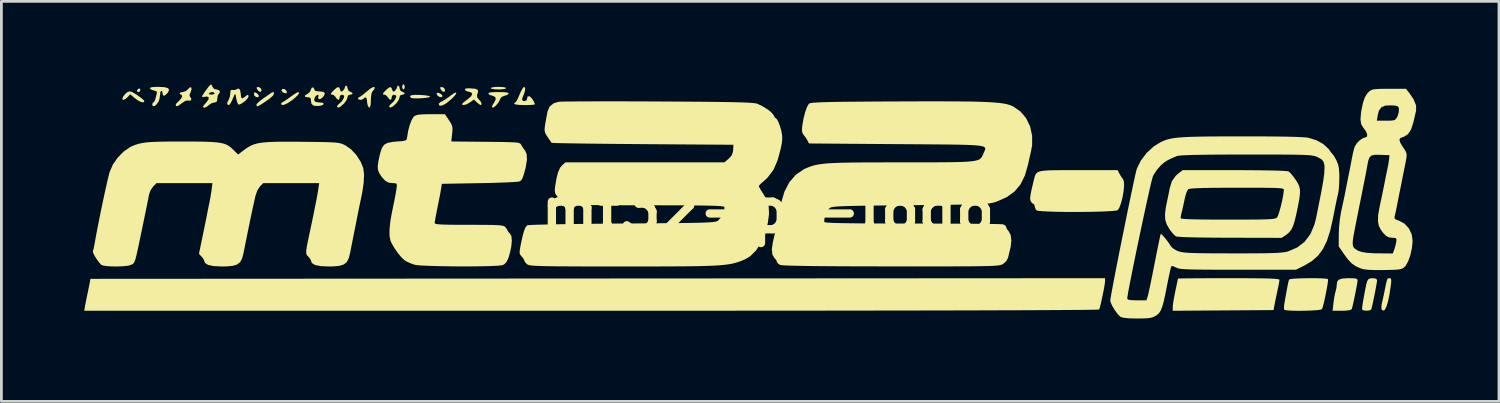
<source format=kicad_pcb>
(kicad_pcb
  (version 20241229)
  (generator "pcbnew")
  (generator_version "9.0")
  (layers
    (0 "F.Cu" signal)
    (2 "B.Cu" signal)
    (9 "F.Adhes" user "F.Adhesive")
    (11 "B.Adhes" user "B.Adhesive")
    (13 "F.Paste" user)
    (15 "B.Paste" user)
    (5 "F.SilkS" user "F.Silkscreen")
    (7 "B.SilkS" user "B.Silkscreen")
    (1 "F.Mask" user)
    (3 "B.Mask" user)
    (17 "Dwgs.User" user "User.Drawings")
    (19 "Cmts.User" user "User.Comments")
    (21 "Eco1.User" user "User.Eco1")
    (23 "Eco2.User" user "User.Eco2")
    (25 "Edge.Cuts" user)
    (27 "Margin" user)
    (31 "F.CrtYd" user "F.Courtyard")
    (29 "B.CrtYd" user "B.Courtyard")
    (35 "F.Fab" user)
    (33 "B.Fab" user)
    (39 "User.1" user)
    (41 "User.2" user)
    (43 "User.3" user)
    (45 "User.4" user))
  (footprint "mt32-pi-logo"
    (layer "F.Cu")
    (at 24.751 4.571)
    (property "Reference" "mt32-pi-logo" (at 0 0 0) (layer "F.SilkS") (effects (font (size 1.5 1.5) (thickness 0.3))))
    (attr board_only exclude_from_pos_files exclude_from_bom)
    (fp_poly (pts (xy -22.714 -4.363) (xy -22.752 -4.298) (xy -22.789 -4.288) (xy -22.843 -4.316) (xy -22.844 -4.344) (xy -22.798 -4.407) (xy -22.741 -4.414)) (stroke (width 0) (type solid)) (fill yes) (layer "F.SilkS"))
    (fp_poly (pts (xy -13.157 -4.532) (xy -13.148 -4.477) (xy -13.167 -4.4) (xy -13.195 -4.383) (xy -13.233 -4.422) (xy -13.242 -4.477) (xy -13.222 -4.553) (xy -13.195 -4.571)) (stroke (width 0) (type solid)) (fill yes) (layer "F.SilkS"))
    (fp_poly (pts (xy -18.366 -4.431) (xy -18.331 -4.362) (xy -18.331 -4.36) (xy -18.356 -4.296) (xy -18.418 -4.308) (xy -18.474 -4.36) (xy -18.51 -4.431) (xy -18.505 -4.46) (xy -18.439 -4.473)) (stroke (width 0) (type solid)) (fill yes) (layer "F.SilkS"))
    (fp_poly (pts (xy -11.722 -4.431) (xy -11.687 -4.362) (xy -11.687 -4.36) (xy -11.711 -4.296) (xy -11.774 -4.308) (xy -11.829 -4.36) (xy -11.866 -4.431) (xy -11.861 -4.46) (xy -11.794 -4.473)) (stroke (width 0) (type solid)) (fill yes) (layer "F.SilkS"))
    (fp_poly (pts (xy -18.546 -4.271) (xy -18.477 -4.223) (xy -18.43 -4.16) (xy -18.426 -4.141) (xy -18.458 -4.102) (xy -18.525 -4.108) (xy -18.587 -4.152) (xy -18.598 -4.173) (xy -18.608 -4.251) (xy -18.597 -4.273)) (stroke (width 0) (type solid)) (fill yes) (layer "F.SilkS"))
    (fp_poly (pts (xy -17.509 -4.4) (xy -17.444 -4.352) (xy -17.414 -4.288) (xy -17.43 -4.245) (xy -17.449 -4.242) (xy -17.539 -4.266) (xy -17.572 -4.284) (xy -17.611 -4.344) (xy -17.584 -4.396) (xy -17.51 -4.401)) (stroke (width 0) (type solid)) (fill yes) (layer "F.SilkS"))
    (fp_poly (pts (xy -11.845 -4.223) (xy -11.788 -4.167) (xy -11.781 -4.145) (xy -11.814 -4.104) (xy -11.887 -4.11) (xy -11.961 -4.16) (xy -11.963 -4.163) (xy -11.994 -4.231) (xy -11.987 -4.256) (xy -11.927 -4.26)) (stroke (width 0) (type solid)) (fill yes) (layer "F.SilkS"))
    (fp_poly (pts (xy -9.604 -4.47) (xy -9.502 -4.451) (xy -9.472 -4.43) (xy -9.515 -4.405) (xy -9.627 -4.388) (xy -9.755 -4.383) (xy -9.905 -4.39) (xy -10.007 -4.408) (xy -10.037 -4.43) (xy -9.995 -4.455) (xy -9.882 -4.472) (xy -9.755 -4.477)) (stroke (width 0) (type solid)) (fill yes) (layer "F.SilkS"))
    (fp_poly (pts (xy -16.968 -4.264) (xy -17.002 -4.197) (xy -17.105 -4.094) (xy -17.227 -3.994) (xy -17.39 -3.885) (xy -17.519 -3.826) (xy -17.601 -3.822) (xy -17.624 -3.864) (xy -17.597 -3.91) (xy -17.589 -3.912) (xy -17.536 -3.938) (xy -17.432 -4.008) (xy -17.305 -4.1) (xy -17.171 -4.196) (xy -17.063 -4.264) (xy -17.007 -4.288)) (stroke (width 0) (type solid)) (fill yes) (layer "F.SilkS"))
    (fp_poly (pts (xy -12.597 -4.184) (xy -12.594 -4.184) (xy -12.42 -4.172) (xy -12.292 -4.152) (xy -12.231 -4.129) (xy -12.229 -4.123) (xy -12.271 -4.1) (xy -12.38 -4.08) (xy -12.526 -4.066) (xy -12.682 -4.059) (xy -12.819 -4.061) (xy -12.909 -4.073) (xy -12.926 -4.082) (xy -12.958 -4.137) (xy -12.919 -4.171) (xy -12.801 -4.186)) (stroke (width 0) (type solid)) (fill yes) (layer "F.SilkS"))
    (fp_poly (pts (xy -11.282 -4.241) (xy -11.336 -4.158) (xy -11.455 -4.036) (xy -11.461 -4.031) (xy -11.636 -3.888) (xy -11.777 -3.807) (xy -11.873 -3.793) (xy -11.896 -3.806) (xy -11.919 -3.864) (xy -11.859 -3.922) (xy -11.801 -3.951) (xy -11.691 -4.015) (xy -11.553 -4.11) (xy -11.495 -4.155) (xy -11.364 -4.248) (xy -11.292 -4.273)) (stroke (width 0) (type solid)) (fill yes) (layer "F.SilkS"))
    (fp_poly (pts (xy -17.877 -4.255) (xy -17.905 -4.18) (xy -17.93 -4.148) (xy -18.008 -4.078) (xy -18.128 -3.988) (xy -18.262 -3.895) (xy -18.386 -3.818) (xy -18.471 -3.774) (xy -18.489 -3.77) (xy -18.517 -3.807) (xy -18.519 -3.829) (xy -18.482 -3.885) (xy -18.387 -3.97) (xy -18.276 -4.053) (xy -18.138 -4.148) (xy -18.025 -4.226) (xy -17.973 -4.263) (xy -17.902 -4.29)) (stroke (width 0) (type solid)) (fill yes) (layer "F.SilkS"))
    (fp_poly (pts (xy -23.033 -4.295) (xy -22.917 -4.232) (xy -22.828 -4.174) (xy -22.697 -4.08) (xy -22.605 -4.002) (xy -22.573 -3.958) (xy -22.605 -3.915) (xy -22.691 -3.927) (xy -22.812 -3.988) (xy -22.914 -4.063) (xy -23.09 -4.21) (xy -23.178 -4.108) (xy -23.261 -4.035) (xy -23.335 -4.003) (xy -23.373 -4.024) (xy -23.374 -4.032) (xy -23.34 -4.125) (xy -23.261 -4.228) (xy -23.18 -4.291) (xy -23.113 -4.312)) (stroke (width 0) (type solid)) (fill yes) (layer "F.SilkS"))
    (fp_poly (pts (xy 22.552 2.465) (xy 22.568 2.523) (xy 22.56 2.648) (xy 22.556 2.674) (xy 22.506 3.021) (xy 22.45 3.293) (xy 22.39 3.488) (xy 22.329 3.6) (xy 22.267 3.626) (xy 22.217 3.578) (xy 22.208 3.504) (xy 22.223 3.379) (xy 22.234 3.33) (xy 22.271 3.17) (xy 22.313 2.972) (xy 22.338 2.851) (xy 22.377 2.658) (xy 22.406 2.54) (xy 22.432 2.478) (xy 22.462 2.454) (xy 22.505 2.45) (xy 22.506 2.45)) (stroke (width 0) (type solid)) (fill yes) (layer "F.SilkS"))
    (fp_poly (pts (xy 22.017 2.468) (xy 22.054 2.518) (xy 22.045 2.598) (xy 22.021 2.741) (xy 21.987 2.923) (xy 21.948 3.121) (xy 21.908 3.31) (xy 21.873 3.466) (xy 21.847 3.565) (xy 21.839 3.586) (xy 21.777 3.617) (xy 21.671 3.628) (xy 21.569 3.618) (xy 21.52 3.593) (xy 21.513 3.567) (xy 21.514 3.514) (xy 21.526 3.42) (xy 21.55 3.271) (xy 21.589 3.053) (xy 21.622 2.875) (xy 21.662 2.674) (xy 21.7 2.549) (xy 21.746 2.482) (xy 21.814 2.455) (xy 21.894 2.45)) (stroke (width 0) (type solid)) (fill yes) (layer "F.SilkS"))
    (fp_poly (pts (xy -9.555 -4.284) (xy -9.437 -4.271) (xy -9.39 -4.247) (xy -9.389 -4.229) (xy -9.446 -4.18) (xy -9.532 -4.156) (xy -9.638 -4.113) (xy -9.684 -4.054) (xy -9.734 -3.946) (xy -9.808 -3.844) (xy -9.886 -3.765) (xy -9.952 -3.725) (xy -9.988 -3.742) (xy -9.99 -3.761) (xy -9.965 -3.825) (xy -9.921 -3.891) (xy -9.855 -4.017) (xy -9.87 -4.108) (xy -9.964 -4.154) (xy -9.975 -4.156) (xy -10.075 -4.186) (xy -10.12 -4.229) (xy -10.104 -4.26) (xy -10.025 -4.279) (xy -9.869 -4.287) (xy -9.755 -4.288)) (stroke (width 0) (type solid)) (fill yes) (layer "F.SilkS"))
    (fp_poly (pts (xy 21.198 2.454) (xy 21.296 2.467) (xy 21.339 2.495) (xy 21.347 2.536) (xy 21.338 2.616) (xy 21.312 2.761) (xy 21.277 2.946) (xy 21.236 3.145) (xy 21.196 3.333) (xy 21.161 3.483) (xy 21.137 3.569) (xy 21.137 3.57) (xy 21.075 3.606) (xy 20.924 3.625) (xy 20.779 3.629) (xy 20.443 3.629) (xy 20.477 3.334) (xy 20.501 3.159) (xy 20.531 3.007) (xy 20.552 2.93) (xy 20.584 2.796) (xy 20.593 2.692) (xy 20.61 2.576) (xy 20.669 2.503) (xy 20.787 2.464) (xy 20.979 2.451) (xy 21.027 2.45)) (stroke (width 0) (type solid)) (fill yes) (layer "F.SilkS"))
    (fp_poly (pts (xy -20.876 -4.454) (xy -20.866 -4.384) (xy -20.9 -4.288) (xy -20.94 -4.177) (xy -20.923 -4.123) (xy -20.88 -4.055) (xy -20.876 -4.023) (xy -20.904 -3.974) (xy -20.971 -3.982) (xy -21.084 -3.973) (xy -21.21 -3.891) (xy -21.342 -3.795) (xy -21.419 -3.775) (xy -21.442 -3.822) (xy -21.408 -3.885) (xy -21.326 -3.965) (xy -21.324 -3.967) (xy -21.242 -4.054) (xy -21.206 -4.136) (xy -21.225 -4.187) (xy -21.253 -4.194) (xy -21.299 -4.23) (xy -21.3 -4.241) (xy -21.26 -4.277) (xy -21.185 -4.288) (xy -21.069 -4.325) (xy -21 -4.388) (xy -20.926 -4.46)) (stroke (width 0) (type solid)) (fill yes) (layer "F.SilkS"))
    (fp_poly (pts (xy -14.235 -4.458) (xy -14.232 -4.435) (xy -14.264 -4.374) (xy -14.302 -4.335) (xy -14.35 -4.245) (xy -14.372 -4.074) (xy -14.373 -4) (xy -14.382 -3.834) (xy -14.407 -3.74) (xy -14.443 -3.725) (xy -14.486 -3.797) (xy -14.486 -3.797) (xy -14.509 -3.904) (xy -14.514 -3.986) (xy -14.536 -4.078) (xy -14.586 -4.097) (xy -14.632 -4.053) (xy -14.699 -4.013) (xy -14.753 -4.006) (xy -14.828 -4.026) (xy -14.844 -4.053) (xy -14.813 -4.098) (xy -14.804 -4.1) (xy -14.749 -4.129) (xy -14.649 -4.204) (xy -14.549 -4.288) (xy -14.39 -4.416) (xy -14.285 -4.473)) (stroke (width 0) (type solid)) (fill yes) (layer "F.SilkS"))
    (fp_poly (pts (xy -10.737 -4.421) (xy -10.581 -4.404) (xy -10.504 -4.366) (xy -10.495 -4.291) (xy -10.531 -4.185) (xy -10.523 -4.089) (xy -10.466 -4.022) (xy -10.396 -3.939) (xy -10.366 -3.862) (xy -10.386 -3.819) (xy -10.4 -3.817) (xy -10.453 -3.846) (xy -10.538 -3.916) (xy -10.538 -3.917) (xy -10.644 -4.016) (xy -10.784 -3.917) (xy -10.904 -3.848) (xy -11.006 -3.818) (xy -11.066 -3.831) (xy -11.072 -3.852) (xy -11.036 -3.898) (xy -10.945 -3.973) (xy -10.884 -4.017) (xy -10.752 -4.127) (xy -10.703 -4.215) (xy -10.739 -4.274) (xy -10.823 -4.297) (xy -10.924 -4.329) (xy -10.969 -4.373) (xy -10.958 -4.409) (xy -10.882 -4.424)) (stroke (width 0) (type solid)) (fill yes) (layer "F.SilkS"))
    (fp_poly (pts (xy -8.79 -4.439) (xy -8.794 -4.342) (xy -8.833 -4.212) (xy -8.866 -4.138) (xy -8.904 -4.025) (xy -8.87 -3.968) (xy -8.812 -3.958) (xy -8.733 -3.992) (xy -8.718 -4.053) (xy -8.698 -4.134) (xy -8.634 -4.133) (xy -8.595 -4.111) (xy -8.537 -4.046) (xy -8.475 -3.947) (xy -8.438 -3.86) (xy -8.435 -3.844) (xy -8.479 -3.831) (xy -8.594 -3.822) (xy -8.759 -3.817) (xy -8.812 -3.817) (xy -8.999 -3.823) (xy -9.13 -3.838) (xy -9.188 -3.86) (xy -9.189 -3.864) (xy -9.156 -3.91) (xy -9.146 -3.911) (xy -9.108 -3.952) (xy -9.051 -4.058) (xy -8.993 -4.194) (xy -8.928 -4.34) (xy -8.866 -4.442) (xy -8.823 -4.477)) (stroke (width 0) (type solid)) (fill yes) (layer "F.SilkS"))
    (fp_poly (pts (xy -21.843 -4.465) (xy -21.718 -4.429) (xy -21.678 -4.366) (xy -21.721 -4.274) (xy -21.749 -4.239) (xy -21.842 -4.159) (xy -21.897 -4.165) (xy -21.913 -4.241) (xy -21.933 -4.318) (xy -21.96 -4.335) (xy -21.993 -4.294) (xy -22.007 -4.195) (xy -22.007 -4.191) (xy -22.025 -4.049) (xy -22.061 -3.944) (xy -22.137 -3.836) (xy -22.213 -3.779) (xy -22.27 -3.781) (xy -22.29 -3.841) (xy -22.267 -3.903) (xy -22.248 -3.911) (xy -22.208 -3.952) (xy -22.175 -4.041) (xy -22.143 -4.167) (xy -22.121 -4.25) (xy -22.129 -4.313) (xy -22.214 -4.342) (xy -22.225 -4.344) (xy -22.326 -4.374) (xy -22.373 -4.418) (xy -22.356 -4.45) (xy -22.272 -4.469) (xy -22.109 -4.477) (xy -22.057 -4.477)) (stroke (width 0) (type solid)) (fill yes) (layer "F.SilkS"))
    (fp_poly (pts (xy -19.109 -4.364) (xy -19.086 -4.233) (xy -19.085 -4.215) (xy -19.071 -4.092) (xy -19.024 -4.057) (xy -18.942 -4.109) (xy -18.927 -4.123) (xy -18.846 -4.187) (xy -18.808 -4.17) (xy -18.803 -4.126) (xy -18.837 -4.058) (xy -18.92 -3.973) (xy -19.023 -3.893) (xy -19.118 -3.841) (xy -19.171 -3.836) (xy -19.205 -3.895) (xy -19.239 -4.012) (xy -19.249 -4.063) (xy -19.271 -4.184) (xy -19.29 -4.222) (xy -19.314 -4.187) (xy -19.331 -4.147) (xy -19.413 -3.958) (xy -19.475 -3.85) (xy -19.523 -3.814) (xy -19.565 -3.842) (xy -19.576 -3.857) (xy -19.57 -3.921) (xy -19.533 -3.987) (xy -19.485 -4.097) (xy -19.464 -4.234) (xy -19.454 -4.34) (xy -19.419 -4.371) (xy -19.386 -4.363) (xy -19.286 -4.364) (xy -19.246 -4.386) (xy -19.165 -4.417)) (stroke (width 0) (type solid)) (fill yes) (layer "F.SilkS"))
    (fp_poly (pts (xy 17.167 2.451) (xy 17.564 2.453) (xy 17.882 2.457) (xy 18.126 2.462) (xy 18.305 2.47) (xy 18.426 2.48) (xy 18.495 2.492) (xy 18.519 2.507) (xy 18.52 2.509) (xy 18.51 2.582) (xy 18.485 2.718) (xy 18.449 2.892) (xy 18.443 2.922) (xy 18.401 3.119) (xy 18.363 3.303) (xy 18.337 3.436) (xy 18.336 3.44) (xy 18.306 3.605) (xy 16.481 3.617) (xy 14.656 3.63) (xy 14.656 3.496) (xy 14.665 3.392) (xy 14.691 3.224) (xy 14.729 3.022) (xy 14.75 2.922) (xy 14.79 2.731) (xy 14.822 2.578) (xy 14.841 2.484) (xy 14.844 2.466) (xy 14.89 2.462) (xy 15.019 2.459) (xy 15.223 2.456) (xy 15.49 2.454) (xy 15.812 2.452) (xy 16.177 2.451) (xy 16.576 2.45) (xy 16.682 2.45)) (stroke (width 0) (type solid)) (fill yes) (layer "F.SilkS"))
    (fp_poly (pts (xy 19.89 2.452) (xy 20.076 2.458) (xy 20.211 2.469) (xy 20.276 2.484) (xy 20.279 2.486) (xy 20.278 2.545) (xy 20.261 2.673) (xy 20.231 2.845) (xy 20.193 3.04) (xy 20.152 3.234) (xy 20.112 3.403) (xy 20.078 3.524) (xy 20.06 3.57) (xy 20.002 3.591) (xy 19.871 3.608) (xy 19.688 3.62) (xy 19.475 3.628) (xy 19.252 3.631) (xy 19.041 3.629) (xy 18.863 3.621) (xy 18.738 3.607) (xy 18.689 3.589) (xy 18.683 3.522) (xy 18.693 3.398) (xy 18.706 3.318) (xy 18.758 3.029) (xy 18.796 2.82) (xy 18.824 2.676) (xy 18.844 2.583) (xy 18.859 2.529) (xy 18.872 2.5) (xy 18.874 2.497) (xy 18.928 2.481) (xy 19.056 2.468) (xy 19.237 2.458) (xy 19.45 2.453) (xy 19.674 2.451)) (stroke (width 0) (type solid)) (fill yes) (layer "F.SilkS"))
    (fp_poly (pts (xy -16.424 -4.399) (xy -16.422 -4.379) (xy -16.384 -4.33) (xy -16.264 -4.312) (xy -16.238 -4.312) (xy -16.096 -4.296) (xy -16.04 -4.247) (xy -16.07 -4.16) (xy -16.113 -4.104) (xy -16.196 -4.038) (xy -16.262 -4.032) (xy -16.285 -4.084) (xy -16.274 -4.125) (xy -16.271 -4.184) (xy -16.313 -4.188) (xy -16.371 -4.142) (xy -16.4 -4.099) (xy -16.43 -3.994) (xy -16.382 -3.934) (xy -16.25 -3.912) (xy -16.228 -3.911) (xy -16.11 -3.898) (xy -16.08 -3.856) (xy -16.081 -3.852) (xy -16.138 -3.809) (xy -16.253 -3.786) (xy -16.389 -3.788) (xy -16.458 -3.801) (xy -16.526 -3.866) (xy -16.541 -3.962) (xy -16.554 -4.061) (xy -16.611 -4.097) (xy -16.658 -4.1) (xy -16.756 -4.116) (xy -16.765 -4.157) (xy -16.684 -4.212) (xy -16.67 -4.218) (xy -16.581 -4.296) (xy -16.549 -4.373) (xy -16.512 -4.449) (xy -16.458 -4.457)) (stroke (width 0) (type solid)) (fill yes) (layer "F.SilkS"))
    (fp_poly (pts (xy 12.205 2.56) (xy 12.196 2.653) (xy 12.17 2.806) (xy 12.134 2.994) (xy 12.093 3.19) (xy 12.053 3.371) (xy 12.017 3.51) (xy 11.992 3.583) (xy 11.992 3.584) (xy 11.942 3.588) (xy 11.8 3.592) (xy 11.566 3.595) (xy 11.243 3.599) (xy 10.831 3.602) (xy 10.331 3.605) (xy 9.746 3.608) (xy 9.076 3.611) (xy 8.324 3.613) (xy 7.49 3.616) (xy 6.576 3.618) (xy 5.583 3.62) (xy 4.513 3.622) (xy 3.367 3.623) (xy 2.147 3.625) (xy 0.853 3.626) (xy -0.512 3.627) (xy -1.947 3.628) (xy -3.451 3.628) (xy -5.022 3.628) (xy -6.393 3.629) (xy -24.751 3.629) (xy -24.725 3.475) (xy -24.699 3.335) (xy -24.664 3.159) (xy -24.648 3.087) (xy -24.61 2.902) (xy -24.573 2.719) (xy -24.562 2.663) (xy -24.527 2.474) (xy -6.161 2.462) (xy 12.205 2.45)) (stroke (width 0) (type solid)) (fill yes) (layer "F.SilkS"))
    (fp_poly (pts (xy -20.135 -4.547) (xy -20.108 -4.477) (xy -20.047 -4.399) (xy -19.962 -4.383) (xy -19.869 -4.355) (xy -19.836 -4.291) (xy -19.877 -4.224) (xy -19.886 -4.218) (xy -19.92 -4.154) (xy -19.934 -4.05) (xy -19.947 -3.95) (xy -20.003 -3.914) (xy -20.044 -3.911) (xy -20.159 -3.877) (xy -20.24 -3.817) (xy -20.324 -3.75) (xy -20.404 -3.722) (xy -20.45 -3.742) (xy -20.452 -3.756) (xy -20.422 -3.808) (xy -20.349 -3.895) (xy -20.329 -3.917) (xy -20.249 -4.027) (xy -20.246 -4.101) (xy -20.316 -4.128) (xy -20.39 -4.117) (xy -20.462 -4.104) (xy -20.487 -4.12) (xy -20.464 -4.178) (xy -20.422 -4.241) (xy -20.24 -4.241) (xy -20.223 -4.206) (xy -20.148 -4.194) (xy -20.059 -4.21) (xy -20.028 -4.241) (xy -20.067 -4.28) (xy -20.119 -4.288) (xy -20.21 -4.267) (xy -20.24 -4.241) (xy -20.422 -4.241) (xy -20.388 -4.293) (xy -20.334 -4.369) (xy -20.235 -4.5) (xy -20.173 -4.557)) (stroke (width 0) (type solid)) (fill yes) (layer "F.SilkS"))
    (fp_poly (pts (xy -15.231 -4.484) (xy -15.221 -4.425) (xy -15.181 -4.331) (xy -15.127 -4.302) (xy -15.051 -4.265) (xy -15.033 -4.236) (xy -15.072 -4.202) (xy -15.127 -4.194) (xy -15.205 -4.161) (xy -15.221 -4.096) (xy -15.253 -4.002) (xy -15.332 -3.889) (xy -15.359 -3.861) (xy -15.476 -3.761) (xy -15.559 -3.724) (xy -15.597 -3.753) (xy -15.598 -3.767) (xy -15.564 -3.827) (xy -15.511 -3.873) (xy -15.426 -3.956) (xy -15.362 -4.056) (xy -15.339 -4.139) (xy -15.348 -4.164) (xy -15.428 -4.195) (xy -15.491 -4.153) (xy -15.504 -4.1) (xy -15.523 -4.023) (xy -15.549 -4.006) (xy -15.605 -4.042) (xy -15.645 -4.1) (xy -15.713 -4.175) (xy -15.765 -4.194) (xy -15.822 -4.203) (xy -15.819 -4.24) (xy -15.751 -4.32) (xy -15.714 -4.357) (xy -15.607 -4.45) (xy -15.541 -4.468) (xy -15.499 -4.411) (xy -15.488 -4.375) (xy -15.458 -4.305) (xy -15.408 -4.318) (xy -15.388 -4.333) (xy -15.327 -4.414) (xy -15.315 -4.459) (xy -15.288 -4.518) (xy -15.268 -4.524)) (stroke (width 0) (type solid)) (fill yes) (layer "F.SilkS"))
    (fp_poly (pts (xy -13.346 -4.484) (xy -13.336 -4.425) (xy -13.296 -4.331) (xy -13.242 -4.302) (xy -13.166 -4.265) (xy -13.148 -4.236) (xy -13.187 -4.202) (xy -13.242 -4.194) (xy -13.32 -4.161) (xy -13.336 -4.096) (xy -13.368 -4.002) (xy -13.447 -3.889) (xy -13.474 -3.861) (xy -13.591 -3.761) (xy -13.674 -3.724) (xy -13.712 -3.753) (xy -13.713 -3.767) (xy -13.679 -3.827) (xy -13.626 -3.873) (xy -13.541 -3.956) (xy -13.477 -4.056) (xy -13.454 -4.139) (xy -13.464 -4.164) (xy -13.543 -4.195) (xy -13.606 -4.153) (xy -13.619 -4.1) (xy -13.638 -4.023) (xy -13.664 -4.006) (xy -13.72 -4.042) (xy -13.76 -4.1) (xy -13.828 -4.175) (xy -13.88 -4.194) (xy -13.937 -4.203) (xy -13.934 -4.24) (xy -13.866 -4.32) (xy -13.829 -4.357) (xy -13.722 -4.45) (xy -13.656 -4.468) (xy -13.614 -4.411) (xy -13.603 -4.375) (xy -13.573 -4.305) (xy -13.523 -4.318) (xy -13.503 -4.333) (xy -13.442 -4.414) (xy -13.43 -4.459) (xy -13.403 -4.518) (xy -13.383 -4.524)) (stroke (width 0) (type solid)) (fill yes) (layer "F.SilkS"))
    (fp_poly (pts (xy 11.238 -1.461) (xy 12.661 -1.461) (xy 12.727 -1.331) (xy 12.797 -1.214) (xy 12.858 -1.134) (xy 12.89 -1.045) (xy 12.894 -0.892) (xy 12.877 -0.698) (xy 12.841 -0.488) (xy 12.791 -0.287) (xy 12.73 -0.119) (xy 12.671 -0.017) (xy 12.61 0.002) (xy 12.468 0.017) (xy 12.261 0.03) (xy 12.003 0.04) (xy 11.708 0.047) (xy 11.39 0.051) (xy 11.063 0.053) (xy 10.742 0.051) (xy 10.441 0.046) (xy 10.174 0.037) (xy 9.955 0.026) (xy 9.8 0.012) (xy 9.722 -0.006) (xy 9.717 -0.009) (xy 9.667 -0.104) (xy 9.66 -0.151) (xy 9.64 -0.222) (xy 9.615 -0.236) (xy 9.559 -0.272) (xy 9.52 -0.329) (xy 9.5 -0.377) (xy 9.493 -0.438) (xy 9.501 -0.527) (xy 9.525 -0.662) (xy 9.569 -0.858) (xy 9.623 -1.084) (xy 9.648 -1.187) (xy 9.672 -1.27) (xy 9.707 -1.334) (xy 9.761 -1.382) (xy 9.845 -1.416) (xy 9.97 -1.439) (xy 10.145 -1.452) (xy 10.38 -1.459) (xy 10.686 -1.461) (xy 11.072 -1.461)) (stroke (width 0) (type solid)) (fill yes) (layer "F.SilkS"))
    (fp_poly (pts (xy 17.393 -1.46) (xy 17.83 -1.456) (xy 18.197 -1.45) (xy 18.487 -1.442) (xy 18.697 -1.433) (xy 18.821 -1.421) (xy 18.851 -1.413) (xy 18.922 -1.35) (xy 19.02 -1.234) (xy 19.112 -1.105) (xy 19.186 -0.986) (xy 19.236 -0.877) (xy 19.261 -0.761) (xy 19.263 -0.62) (xy 19.242 -0.438) (xy 19.198 -0.195) (xy 19.143 0.072) (xy 19.079 0.348) (xy 19.018 0.549) (xy 18.949 0.693) (xy 18.864 0.799) (xy 18.76 0.882) (xy 18.6 0.99) (xy 16.734 0.986) (xy 16.263 0.984) (xy 15.843 0.98) (xy 15.482 0.974) (xy 15.186 0.967) (xy 14.964 0.957) (xy 14.823 0.946) (xy 14.773 0.937) (xy 14.697 0.873) (xy 14.597 0.757) (xy 14.526 0.658) (xy 14.435 0.495) (xy 14.385 0.331) (xy 14.382 0.276) (xy 14.938 0.276) (xy 14.968 0.292) (xy 15.059 0.304) (xy 15.217 0.314) (xy 15.448 0.321) (xy 15.758 0.326) (xy 16.15 0.329) (xy 16.631 0.33) (xy 16.651 0.33) (xy 17.101 0.33) (xy 17.465 0.328) (xy 17.754 0.326) (xy 17.977 0.322) (xy 18.143 0.315) (xy 18.261 0.306) (xy 18.341 0.294) (xy 18.392 0.279) (xy 18.424 0.259) (xy 18.436 0.247) (xy 18.474 0.169) (xy 18.521 0.024) (xy 18.572 -0.162) (xy 18.619 -0.364) (xy 18.656 -0.556) (xy 18.677 -0.712) (xy 18.679 -0.73) (xy 18.678 -0.755) (xy 18.666 -0.775) (xy 18.634 -0.791) (xy 18.573 -0.803) (xy 18.474 -0.811) (xy 18.328 -0.818) (xy 18.126 -0.821) (xy 17.858 -0.824) (xy 17.517 -0.824) (xy 17.092 -0.825) (xy 16.984 -0.825) (xy 16.497 -0.824) (xy 16.098 -0.821) (xy 15.782 -0.816) (xy 15.541 -0.808) (xy 15.371 -0.798) (xy 15.264 -0.785) (xy 15.215 -0.769) (xy 15.215 -0.769) (xy 15.171 -0.695) (xy 15.123 -0.56) (xy 15.088 -0.415) (xy 15.048 -0.226) (xy 15.008 -0.047) (xy 14.983 0.053) (xy 14.954 0.179) (xy 14.939 0.268) (xy 14.938 0.276) (xy 14.382 0.276) (xy 14.375 0.144) (xy 14.402 -0.09) (xy 14.445 -0.306) (xy 14.486 -0.499) (xy 14.523 -0.68) (xy 14.546 -0.801) (xy 14.625 -1.06) (xy 14.769 -1.261) (xy 14.86 -1.341) (xy 15.018 -1.461) (xy 16.89 -1.461)) (stroke (width 0) (type solid)) (fill yes) (layer "F.SilkS"))
    (fp_poly (pts (xy -11.547 -3.27) (xy -11.464 -3.138) (xy -11.425 -3.033) (xy -11.419 -2.912) (xy -11.432 -2.776) (xy -11.463 -2.499) (xy -10.222 -2.487) (xy -9.848 -2.483) (xy -9.557 -2.479) (xy -9.339 -2.473) (xy -9.181 -2.466) (xy -9.074 -2.456) (xy -9.006 -2.441) (xy -8.965 -2.421) (xy -8.942 -2.395) (xy -8.927 -2.368) (xy -8.851 -2.245) (xy -8.796 -2.176) (xy -8.734 -2.04) (xy -8.724 -1.833) (xy -8.768 -1.565) (xy -8.784 -1.498) (xy -8.839 -1.303) (xy -8.882 -1.178) (xy -8.923 -1.105) (xy -8.972 -1.063) (xy -8.993 -1.053) (xy -9.059 -1.042) (xy -9.206 -1.031) (xy -9.423 -1.019) (xy -9.695 -1.009) (xy -10.012 -0.999) (xy -10.36 -0.991) (xy -10.438 -0.99) (xy -11.805 -0.966) (xy -11.834 -0.778) (xy -11.856 -0.65) (xy -11.892 -0.461) (xy -11.936 -0.24) (xy -11.964 -0.103) (xy -12.005 0.106) (xy -12.038 0.283) (xy -12.059 0.408) (xy -12.064 0.451) (xy -12.051 0.472) (xy -12.007 0.488) (xy -11.92 0.5) (xy -11.783 0.508) (xy -11.583 0.514) (xy -11.313 0.517) (xy -10.961 0.518) (xy -10.822 0.518) (xy -10.446 0.519) (xy -10.152 0.521) (xy -9.931 0.524) (xy -9.77 0.531) (xy -9.658 0.541) (xy -9.584 0.556) (xy -9.537 0.576) (xy -9.506 0.601) (xy -9.503 0.605) (xy -9.443 0.685) (xy -9.425 0.729) (xy -9.391 0.785) (xy -9.344 0.826) (xy -9.288 0.921) (xy -9.271 1.088) (xy -9.291 1.309) (xy -9.333 1.508) (xy -9.394 1.718) (xy -9.458 1.855) (xy -9.536 1.939) (xy -9.597 1.974) (xy -9.679 1.989) (xy -9.841 2.002) (xy -10.068 2.012) (xy -10.346 2.018) (xy -10.662 2.022) (xy -11 2.024) (xy -11.346 2.022) (xy -11.687 2.018) (xy -12.007 2.012) (xy -12.292 2.003) (xy -12.529 1.992) (xy -12.703 1.978) (xy -12.794 1.963) (xy -12.957 1.904) (xy -13.108 1.832) (xy -13.125 1.822) (xy -13.243 1.722) (xy -13.379 1.564) (xy -13.512 1.376) (xy -13.622 1.186) (xy -13.663 1.096) (xy -13.698 0.927) (xy -13.699 0.686) (xy -13.669 0.389) (xy -13.617 0.094) (xy -13.561 -0.176) (xy -13.521 -0.373) (xy -13.493 -0.516) (xy -13.473 -0.624) (xy -13.458 -0.716) (xy -13.447 -0.789) (xy -13.432 -0.914) (xy -13.447 -0.972) (xy -13.507 -0.989) (xy -13.569 -0.99) (xy -13.724 -1.007) (xy -13.846 -1.07) (xy -13.965 -1.196) (xy -14.017 -1.269) (xy -14.083 -1.377) (xy -14.119 -1.483) (xy -14.126 -1.608) (xy -14.104 -1.774) (xy -14.054 -2.002) (xy -14.033 -2.086) (xy -13.977 -2.26) (xy -13.899 -2.375) (xy -13.779 -2.445) (xy -13.598 -2.483) (xy -13.437 -2.498) (xy -13.256 -2.511) (xy -13.147 -2.527) (xy -13.092 -2.555) (xy -13.069 -2.604) (xy -13.061 -2.663) (xy -13.024 -2.885) (xy -12.967 -3.098) (xy -12.898 -3.276) (xy -12.828 -3.391) (xy -12.813 -3.405) (xy -12.749 -3.443) (xy -12.657 -3.468) (xy -12.517 -3.481) (xy -12.31 -3.487) (xy -12.203 -3.487) (xy -11.694 -3.487)) (stroke (width 0) (type solid)) (fill yes) (layer "F.SilkS"))
    (fp_poly (pts (xy -20.782 -2.497) (xy -20.436 -2.492) (xy -20.161 -2.482) (xy -19.946 -2.466) (xy -19.779 -2.44) (xy -19.65 -2.404) (xy -19.546 -2.356) (xy -19.456 -2.293) (xy -19.369 -2.214) (xy -19.358 -2.203) (xy -19.18 -2.027) (xy -18.969 -2.188) (xy -18.851 -2.273) (xy -18.734 -2.341) (xy -18.608 -2.394) (xy -18.461 -2.434) (xy -18.28 -2.461) (xy -18.054 -2.479) (xy -17.772 -2.489) (xy -17.422 -2.491) (xy -16.992 -2.489) (xy -16.88 -2.488) (xy -16.487 -2.484) (xy -16.177 -2.479) (xy -15.937 -2.474) (xy -15.755 -2.466) (xy -15.62 -2.456) (xy -15.519 -2.441) (xy -15.441 -2.421) (xy -15.374 -2.395) (xy -15.305 -2.362) (xy -15.293 -2.356) (xy -15.087 -2.211) (xy -14.895 -2.003) (xy -14.74 -1.759) (xy -14.65 -1.534) (xy -14.621 -1.307) (xy -14.635 -1.002) (xy -14.691 -0.626) (xy -14.728 -0.447) (xy -14.774 -0.232) (xy -14.82 -0.009) (xy -14.85 0.141) (xy -14.887 0.329) (xy -14.923 0.514) (xy -14.938 0.589) (xy -14.98 0.796) (xy -15.031 1.053) (xy -15.084 1.32) (xy -15.125 1.532) (xy -15.174 1.727) (xy -15.245 1.864) (xy -15.353 1.953) (xy -15.513 2.003) (xy -15.742 2.024) (xy -15.915 2.026) (xy -16.202 2.012) (xy -16.4 1.97) (xy -16.512 1.899) (xy -16.541 1.819) (xy -16.573 1.745) (xy -16.64 1.669) (xy -16.681 1.628) (xy -16.707 1.582) (xy -16.717 1.516) (xy -16.71 1.417) (xy -16.686 1.268) (xy -16.643 1.055) (xy -16.589 0.801) (xy -16.539 0.57) (xy -16.491 0.34) (xy -16.452 0.149) (xy -16.441 0.094) (xy -16.403 -0.101) (xy -16.363 -0.299) (xy -16.347 -0.377) (xy -16.312 -0.564) (xy -16.28 -0.755) (xy -16.275 -0.789) (xy -16.246 -0.99) (xy -17.259 -0.99) (xy -18.271 -0.99) (xy -18.388 -0.873) (xy -18.481 -0.733) (xy -18.553 -0.529) (xy -18.563 -0.484) (xy -18.604 -0.295) (xy -18.645 -0.11) (xy -18.665 -0.024) (xy -18.682 0.055) (xy -18.705 0.164) (xy -18.736 0.312) (xy -18.777 0.511) (xy -18.83 0.77) (xy -18.896 1.099) (xy -18.979 1.51) (xy -18.988 1.555) (xy -19.038 1.741) (xy -19.109 1.871) (xy -19.217 1.956) (xy -19.378 2.004) (xy -19.608 2.024) (xy -19.785 2.026) (xy -20.07 2.012) (xy -20.269 1.969) (xy -20.38 1.897) (xy -20.405 1.826) (xy -20.435 1.756) (xy -20.502 1.67) (xy -20.598 1.567) (xy -20.472 0.96) (xy -20.42 0.708) (xy -20.37 0.466) (xy -20.329 0.261) (xy -20.301 0.121) (xy -20.301 0.118) (xy -20.263 -0.075) (xy -20.223 -0.273) (xy -20.211 -0.33) (xy -20.176 -0.519) (xy -20.144 -0.721) (xy -20.138 -0.766) (xy -20.11 -0.99) (xy -21.123 -0.99) (xy -22.136 -0.99) (xy -22.254 -0.871) (xy -22.344 -0.742) (xy -22.403 -0.588) (xy -22.406 -0.577) (xy -22.437 -0.412) (xy -22.47 -0.248) (xy -22.507 -0.063) (xy -22.553 0.161) (xy -22.611 0.443) (xy -22.666 0.707) (xy -22.742 1.069) (xy -22.801 1.35) (xy -22.847 1.561) (xy -22.884 1.712) (xy -22.916 1.815) (xy -22.945 1.881) (xy -22.976 1.921) (xy -23.011 1.945) (xy -23.055 1.965) (xy -23.072 1.973) (xy -23.182 2.001) (xy -23.35 2.018) (xy -23.549 2.026) (xy -23.754 2.024) (xy -23.938 2.012) (xy -24.076 1.991) (xy -24.133 1.967) (xy -24.212 1.883) (xy -24.299 1.764) (xy -24.377 1.638) (xy -24.43 1.532) (xy -24.44 1.471) (xy -24.44 1.471) (xy -24.418 1.404) (xy -24.39 1.276) (xy -24.371 1.174) (xy -24.325 0.916) (xy -24.266 0.607) (xy -24.198 0.266) (xy -24.126 -0.09) (xy -24.052 -0.44) (xy -23.981 -0.768) (xy -23.916 -1.053) (xy -23.863 -1.277) (xy -23.833 -1.39) (xy -23.72 -1.654) (xy -23.542 -1.912) (xy -23.323 -2.136) (xy -23.086 -2.299) (xy -23.034 -2.324) (xy -22.91 -2.374) (xy -22.785 -2.414) (xy -22.648 -2.444) (xy -22.485 -2.467) (xy -22.283 -2.482) (xy -22.028 -2.491) (xy -21.709 -2.496) (xy -21.311 -2.498) (xy -21.212 -2.498)) (stroke (width 0) (type solid)) (fill yes) (layer "F.SilkS"))
    (fp_poly (pts (xy 23.213 -4.265) (xy 23.38 -4.019) (xy 23.466 -3.802) (xy 23.467 -3.617) (xy 23.467 -3.615) (xy 23.434 -3.48) (xy 23.394 -3.304) (xy 23.371 -3.204) (xy 23.287 -2.94) (xy 23.172 -2.762) (xy 23.024 -2.67) (xy 22.996 -2.662) (xy 22.897 -2.624) (xy 22.863 -2.559) (xy 22.894 -2.454) (xy 22.991 -2.294) (xy 23.002 -2.278) (xy 23.066 -2.183) (xy 23.106 -2.108) (xy 23.123 -2.029) (xy 23.119 -1.926) (xy 23.094 -1.777) (xy 23.05 -1.559) (xy 23.044 -1.532) (xy 23.013 -1.377) (xy 22.974 -1.183) (xy 22.95 -1.06) (xy 22.912 -0.869) (xy 22.874 -0.683) (xy 22.855 -0.589) (xy 22.823 -0.429) (xy 22.785 -0.235) (xy 22.767 -0.141) (xy 22.734 0.022) (xy 22.703 0.16) (xy 22.689 0.215) (xy 22.685 0.282) (xy 22.735 0.328) (xy 22.851 0.37) (xy 23.047 0.475) (xy 23.205 0.647) (xy 23.308 0.864) (xy 23.341 1.101) (xy 23.341 1.107) (xy 23.315 1.363) (xy 23.259 1.614) (xy 23.183 1.833) (xy 23.095 1.992) (xy 23.066 2.026) (xy 23.014 2.073) (xy 22.958 2.106) (xy 22.88 2.128) (xy 22.763 2.141) (xy 22.589 2.149) (xy 22.34 2.155) (xy 22.301 2.156) (xy 21.976 2.157) (xy 21.733 2.147) (xy 21.562 2.125) (xy 21.477 2.102) (xy 21.289 2.021) (xy 21.14 1.92) (xy 21.003 1.776) (xy 20.866 1.591) (xy 20.664 1.296) (xy 20.665 1.225) (xy 21.171 1.225) (xy 21.188 1.307) (xy 21.225 1.362) (xy 21.236 1.372) (xy 21.349 1.448) (xy 21.494 1.501) (xy 21.688 1.533) (xy 21.95 1.549) (xy 22.114 1.551) (xy 22.622 1.555) (xy 22.672 1.426) (xy 22.717 1.28) (xy 22.748 1.143) (xy 22.758 1.039) (xy 22.726 0.997) (xy 22.625 0.988) (xy 22.614 0.988) (xy 22.485 0.973) (xy 22.381 0.92) (xy 22.275 0.812) (xy 22.196 0.706) (xy 22.119 0.559) (xy 22.085 0.383) (xy 22.094 0.16) (xy 22.145 -0.129) (xy 22.145 -0.131) (xy 22.208 -0.426) (xy 22.258 -0.666) (xy 22.303 -0.885) (xy 22.337 -1.06) (xy 22.375 -1.252) (xy 22.414 -1.438) (xy 22.434 -1.532) (xy 22.465 -1.693) (xy 22.487 -1.844) (xy 22.489 -1.861) (xy 22.502 -2.003) (xy 22.169 -2.016) (xy 21.975 -2.018) (xy 21.851 -1.991) (xy 21.776 -1.918) (xy 21.73 -1.781) (xy 21.7 -1.626) (xy 21.668 -1.444) (xy 21.633 -1.26) (xy 21.63 -1.249) (xy 21.599 -1.094) (xy 21.56 -0.9) (xy 21.536 -0.778) (xy 21.498 -0.586) (xy 21.46 -0.4) (xy 21.442 -0.306) (xy 21.412 -0.16) (xy 21.374 0.032) (xy 21.323 0.286) (xy 21.258 0.615) (xy 21.25 0.66) (xy 21.201 0.918) (xy 21.175 1.101) (xy 21.171 1.225) (xy 20.665 1.225) (xy 20.667 0.848) (xy 20.679 0.583) (xy 20.709 0.3) (xy 20.75 0.052) (xy 20.756 0.024) (xy 20.802 -0.183) (xy 20.844 -0.379) (xy 20.875 -0.527) (xy 20.878 -0.542) (xy 20.929 -0.801) (xy 20.982 -1.073) (xy 21.031 -1.319) (xy 21.065 -1.484) (xy 21.096 -1.645) (xy 21.133 -1.838) (xy 21.151 -1.932) (xy 21.186 -2.103) (xy 21.226 -2.253) (xy 21.246 -2.315) (xy 21.316 -2.429) (xy 21.424 -2.539) (xy 21.538 -2.618) (xy 21.61 -2.639) (xy 21.685 -2.67) (xy 21.697 -2.753) (xy 21.649 -2.872) (xy 21.548 -3.006) (xy 21.478 -3.127) (xy 21.46 -3.252) (xy 22.046 -3.252) (xy 22.379 -3.252) (xy 22.553 -3.254) (xy 22.659 -3.266) (xy 22.721 -3.297) (xy 22.765 -3.357) (xy 22.786 -3.396) (xy 22.835 -3.535) (xy 22.846 -3.667) (xy 22.846 -3.667) (xy 22.831 -3.74) (xy 22.789 -3.779) (xy 22.697 -3.799) (xy 22.569 -3.807) (xy 22.353 -3.798) (xy 22.208 -3.736) (xy 22.119 -3.612) (xy 22.077 -3.452) (xy 22.046 -3.252) (xy 21.46 -3.252) (xy 21.453 -3.299) (xy 21.472 -3.536) (xy 21.49 -3.646) (xy 21.544 -3.9) (xy 21.606 -4.084) (xy 21.685 -4.219) (xy 21.772 -4.312) (xy 21.824 -4.351) (xy 21.891 -4.378) (xy 21.991 -4.394) (xy 22.141 -4.403) (xy 22.36 -4.406) (xy 22.488 -4.406) (xy 23.1 -4.406)) (stroke (width 0) (type solid)) (fill yes) (layer "F.SilkS"))
    (fp_poly (pts (xy -5.488 -3.952) (xy -4.973 -3.951) (xy -4.427 -3.949) (xy -3.958 -3.947) (xy -3.288 -3.943) (xy -2.705 -3.939) (xy -2.204 -3.935) (xy -1.779 -3.93) (xy -1.423 -3.925) (xy -1.131 -3.919) (xy -0.897 -3.912) (xy -0.713 -3.904) (xy -0.575 -3.894) (xy -0.476 -3.884) (xy -0.409 -3.872) (xy -0.377 -3.862) (xy -0.194 -3.774) (xy -0.021 -3.667) (xy 0.119 -3.557) (xy 0.202 -3.462) (xy 0.212 -3.44) (xy 0.252 -3.364) (xy 0.28 -3.346) (xy 0.328 -3.304) (xy 0.385 -3.195) (xy 0.44 -3.045) (xy 0.487 -2.88) (xy 0.514 -2.726) (xy 0.518 -2.659) (xy 0.515 -2.54) (xy 0.501 -2.42) (xy 0.473 -2.277) (xy 0.425 -2.09) (xy 0.355 -1.837) (xy 0.345 -1.804) (xy 0.207 -1.484) (xy -0.006 -1.197) (xy -0.162 -1.053) (xy -0.263 -0.965) (xy -0.323 -0.899) (xy -0.33 -0.883) (xy -0.306 -0.828) (xy -0.242 -0.719) (xy -0.159 -0.59) (xy -0.036 -0.365) (xy 0.029 -0.136) (xy 0.04 0.122) (xy -0.000057 0.436) (xy -0.001 0.441) (xy -0.1 0.827) (xy -0.247 1.168) (xy -0.432 1.45) (xy -0.648 1.661) (xy -0.823 1.764) (xy -0.934 1.812) (xy -1.041 1.853) (xy -1.15 1.889) (xy -1.269 1.919) (xy -1.405 1.945) (xy -1.564 1.966) (xy -1.755 1.983) (xy -1.983 1.997) (xy -2.256 2.007) (xy -2.58 2.015) (xy -2.964 2.02) (xy -3.414 2.023) (xy -3.937 2.025) (xy -4.54 2.026) (xy -5.23 2.026) (xy -5.236 2.026) (xy -5.888 2.026) (xy -6.452 2.026) (xy -6.934 2.024) (xy -7.342 2.022) (xy -7.682 2.02) (xy -7.959 2.016) (xy -8.181 2.011) (xy -8.354 2.005) (xy -8.485 1.997) (xy -8.58 1.988) (xy -8.645 1.977) (xy -8.687 1.964) (xy -8.708 1.953) (xy -8.785 1.881) (xy -8.812 1.826) (xy -8.842 1.757) (xy -8.912 1.667) (xy -8.961 1.61) (xy -8.986 1.554) (xy -8.988 1.474) (xy -8.969 1.346) (xy -8.938 1.188) (xy -8.88 0.921) (xy -8.828 0.734) (xy -8.777 0.613) (xy -8.722 0.544) (xy -8.709 0.535) (xy -8.653 0.528) (xy -8.51 0.521) (xy -8.288 0.513) (xy -7.995 0.506) (xy -7.638 0.499) (xy -7.225 0.492) (xy -6.764 0.486) (xy -6.262 0.48) (xy -5.726 0.475) (xy -5.271 0.471) (xy -4.626 0.467) (xy -4.068 0.462) (xy -3.591 0.458) (xy -3.188 0.454) (xy -2.854 0.45) (xy -2.58 0.445) (xy -2.361 0.439) (xy -2.19 0.432) (xy -2.06 0.424) (xy -1.964 0.415) (xy -1.897 0.404) (xy -1.851 0.391) (xy -1.82 0.376) (xy -1.797 0.359) (xy -1.792 0.354) (xy -1.702 0.246) (xy -1.626 0.107) (xy -1.579 -0.029) (xy -1.575 -0.126) (xy -1.576 -0.127) (xy -1.597 -0.14) (xy -1.653 -0.152) (xy -1.752 -0.161) (xy -1.898 -0.169) (xy -2.099 -0.175) (xy -2.36 -0.18) (xy -2.688 -0.184) (xy -3.089 -0.187) (xy -3.57 -0.188) (xy -4.136 -0.189) (xy -4.369 -0.189) (xy -4.877 -0.19) (xy -5.36 -0.191) (xy -5.811 -0.193) (xy -6.219 -0.196) (xy -6.577 -0.2) (xy -6.874 -0.204) (xy -7.103 -0.209) (xy -7.254 -0.214) (xy -7.315 -0.219) (xy -7.451 -0.263) (xy -7.516 -0.33) (xy -7.566 -0.425) (xy -7.639 -0.524) (xy -7.7 -0.618) (xy -7.717 -0.728) (xy -7.707 -0.848) (xy -7.655 -1.159) (xy -7.596 -1.388) (xy -7.525 -1.547) (xy -7.45 -1.637) (xy -7.328 -1.743) (xy -4.451 -1.743) (xy -1.575 -1.744) (xy -1.423 -1.873) (xy -1.313 -1.992) (xy -1.266 -2.126) (xy -1.259 -2.191) (xy -1.249 -2.38) (xy -4.532 -2.403) (xy -5.079 -2.408) (xy -5.599 -2.412) (xy -6.082 -2.417) (xy -6.522 -2.422) (xy -6.912 -2.428) (xy -7.243 -2.433) (xy -7.507 -2.438) (xy -7.698 -2.443) (xy -7.808 -2.448) (xy -7.832 -2.45) (xy -7.867 -2.5) (xy -7.935 -2.601) (xy -7.98 -2.668) (xy -8.03 -2.744) (xy -8.064 -2.809) (xy -8.082 -2.879) (xy -8.083 -2.971) (xy -8.067 -3.102) (xy -8.034 -3.29) (xy -7.985 -3.552) (xy -7.978 -3.589) (xy -7.901 -3.765) (xy -7.752 -3.883) (xy -7.576 -3.935) (xy -7.497 -3.94) (xy -7.331 -3.944) (xy -7.087 -3.947) (xy -6.772 -3.95) (xy -6.396 -3.951) (xy -5.965 -3.952)) (stroke (width 0) (type solid)) (fill yes) (layer "F.SilkS"))
    (fp_poly (pts (xy 6.486 -3.951) (xy 6.949 -3.949) (xy 7.344 -3.944) (xy 7.678 -3.936) (xy 7.957 -3.925) (xy 8.187 -3.911) (xy 8.376 -3.894) (xy 8.529 -3.873) (xy 8.653 -3.848) (xy 8.756 -3.818) (xy 8.842 -3.784) (xy 8.88 -3.767) (xy 9.144 -3.584) (xy 9.351 -3.337) (xy 9.493 -3.041) (xy 9.566 -2.709) (xy 9.565 -2.355) (xy 9.522 -2.126) (xy 9.488 -1.983) (xy 9.446 -1.797) (xy 9.42 -1.673) (xy 9.306 -1.272) (xy 9.145 -0.946) (xy 8.927 -0.686) (xy 8.644 -0.483) (xy 8.293 -0.327) (xy 8.228 -0.305) (xy 8.164 -0.286) (xy 8.092 -0.27) (xy 8.006 -0.256) (xy 7.897 -0.245) (xy 7.758 -0.235) (xy 7.581 -0.227) (xy 7.358 -0.221) (xy 7.081 -0.215) (xy 6.743 -0.21) (xy 6.335 -0.205) (xy 5.851 -0.199) (xy 5.281 -0.194) (xy 5.153 -0.192) (xy 4.563 -0.187) (xy 4.06 -0.181) (xy 3.637 -0.176) (xy 3.286 -0.17) (xy 3.001 -0.164) (xy 2.774 -0.158) (xy 2.599 -0.15) (xy 2.467 -0.141) (xy 2.372 -0.131) (xy 2.306 -0.119) (xy 2.263 -0.105) (xy 2.235 -0.088) (xy 2.227 -0.082) (xy 2.153 0.016) (xy 2.089 0.15) (xy 2.047 0.288) (xy 2.038 0.394) (xy 2.047 0.419) (xy 2.086 0.43) (xy 2.191 0.44) (xy 2.364 0.449) (xy 2.611 0.456) (xy 2.933 0.461) (xy 3.334 0.466) (xy 3.819 0.469) (xy 4.39 0.471) (xy 5.051 0.472) (xy 5.245 0.472) (xy 5.786 0.472) (xy 6.3 0.474) (xy 6.78 0.476) (xy 7.219 0.478) (xy 7.607 0.482) (xy 7.937 0.485) (xy 8.201 0.489) (xy 8.39 0.494) (xy 8.498 0.499) (xy 8.518 0.501) (xy 8.6 0.548) (xy 8.624 0.595) (xy 8.655 0.674) (xy 8.718 0.754) (xy 8.788 0.885) (xy 8.813 1.078) (xy 8.789 1.312) (xy 8.767 1.408) (xy 8.729 1.563) (xy 8.696 1.704) (xy 8.695 1.71) (xy 8.627 1.839) (xy 8.516 1.933) (xy 8.487 1.95) (xy 8.452 1.964) (xy 8.406 1.977) (xy 8.343 1.987) (xy 8.256 1.996) (xy 8.138 2.004) (xy 7.985 2.01) (xy 7.789 2.014) (xy 7.544 2.018) (xy 7.245 2.021) (xy 6.884 2.022) (xy 6.456 2.023) (xy 5.955 2.024) (xy 5.374 2.024) (xy 4.708 2.023) (xy 4.453 2.023) (xy 3.661 2.022) (xy 2.962 2.02) (xy 2.352 2.017) (xy 1.83 2.013) (xy 1.394 2.008) (xy 1.043 2.001) (xy 0.773 1.994) (xy 0.582 1.986) (xy 0.47 1.976) (xy 0.436 1.969) (xy 0.355 1.91) (xy 0.33 1.862) (xy 0.298 1.79) (xy 0.236 1.72) (xy 0.162 1.592) (xy 0.142 1.399) (xy 0.178 1.152) (xy 0.183 1.131) (xy 0.216 0.991) (xy 0.255 0.808) (xy 0.281 0.683) (xy 0.319 0.492) (xy 0.358 0.306) (xy 0.377 0.212) (xy 0.409 0.058) (xy 0.449 -0.136) (xy 0.474 -0.259) (xy 0.597 -0.678) (xy 0.776 -1.024) (xy 1.012 -1.296) (xy 1.303 -1.494) (xy 1.361 -1.521) (xy 1.468 -1.566) (xy 1.575 -1.605) (xy 1.688 -1.638) (xy 1.815 -1.665) (xy 1.966 -1.687) (xy 2.148 -1.705) (xy 2.369 -1.718) (xy 2.637 -1.728) (xy 2.961 -1.735) (xy 3.348 -1.74) (xy 3.807 -1.742) (xy 4.346 -1.743) (xy 4.821 -1.744) (xy 5.409 -1.744) (xy 5.911 -1.744) (xy 6.332 -1.746) (xy 6.682 -1.75) (xy 6.966 -1.756) (xy 7.193 -1.766) (xy 7.369 -1.781) (xy 7.502 -1.801) (xy 7.6 -1.826) (xy 7.669 -1.859) (xy 7.716 -1.899) (xy 7.75 -1.947) (xy 7.777 -2.004) (xy 7.801 -2.061) (xy 7.829 -2.123) (xy 7.853 -2.176) (xy 7.868 -2.222) (xy 7.867 -2.26) (xy 7.843 -2.292) (xy 7.791 -2.318) (xy 7.704 -2.338) (xy 7.576 -2.355) (xy 7.401 -2.367) (xy 7.173 -2.377) (xy 6.884 -2.384) (xy 6.53 -2.389) (xy 6.103 -2.393) (xy 5.598 -2.397) (xy 5.008 -2.401) (xy 4.666 -2.403) (xy 1.487 -2.427) (xy 1.434 -2.533) (xy 1.359 -2.654) (xy 1.297 -2.732) (xy 1.248 -2.808) (xy 1.232 -2.908) (xy 1.244 -3.064) (xy 1.245 -3.074) (xy 1.287 -3.32) (xy 1.344 -3.546) (xy 1.408 -3.73) (xy 1.473 -3.85) (xy 1.494 -3.872) (xy 1.526 -3.885) (xy 1.591 -3.897) (xy 1.697 -3.906) (xy 1.849 -3.915) (xy 2.053 -3.922) (xy 2.316 -3.929) (xy 2.643 -3.934) (xy 3.04 -3.938) (xy 3.515 -3.942) (xy 4.072 -3.946) (xy 4.623 -3.948) (xy 5.329 -3.951) (xy 5.948 -3.952)) (stroke (width 0) (type solid)) (fill yes) (layer "F.SilkS"))
    (fp_poly (pts (xy 17.734 -2.684) (xy 18.253 -2.68) (xy 18.691 -2.675) (xy 19.047 -2.667) (xy 19.316 -2.656) (xy 19.497 -2.644) (xy 19.566 -2.634) (xy 19.853 -2.545) (xy 20.102 -2.409) (xy 20.288 -2.241) (xy 20.317 -2.203) (xy 20.393 -2.099) (xy 20.447 -2.033) (xy 20.455 -2.026) (xy 20.493 -1.973) (xy 20.555 -1.866) (xy 20.587 -1.804) (xy 20.641 -1.674) (xy 20.672 -1.528) (xy 20.686 -1.336) (xy 20.688 -1.197) (xy 20.683 -0.986) (xy 20.669 -0.79) (xy 20.65 -0.644) (xy 20.645 -0.618) (xy 20.622 -0.527) (xy 20.599 -0.423) (xy 20.57 -0.286) (xy 20.533 -0.101) (xy 20.483 0.151) (xy 20.453 0.306) (xy 20.352 0.747) (xy 20.235 1.106) (xy 20.093 1.397) (xy 19.92 1.631) (xy 19.706 1.821) (xy 19.446 1.979) (xy 19.429 1.988) (xy 19.118 2.144) (xy 17.016 2.144) (xy 16.512 2.144) (xy 16.093 2.143) (xy 15.751 2.141) (xy 15.478 2.137) (xy 15.264 2.132) (xy 15.101 2.125) (xy 14.981 2.116) (xy 14.895 2.104) (xy 14.833 2.089) (xy 14.789 2.071) (xy 14.775 2.063) (xy 14.673 2.017) (xy 14.61 2.013) (xy 14.606 2.016) (xy 14.587 2.072) (xy 14.556 2.204) (xy 14.514 2.393) (xy 14.468 2.624) (xy 14.446 2.733) (xy 14.382 3.06) (xy 14.326 3.308) (xy 14.274 3.49) (xy 14.221 3.62) (xy 14.161 3.712) (xy 14.089 3.779) (xy 14.034 3.816) (xy 13.949 3.859) (xy 13.849 3.887) (xy 13.713 3.903) (xy 13.519 3.909) (xy 13.36 3.91) (xy 13.082 3.904) (xy 12.891 3.886) (xy 12.779 3.857) (xy 12.758 3.845) (xy 12.661 3.747) (xy 12.557 3.606) (xy 12.466 3.454) (xy 12.407 3.321) (xy 12.395 3.262) (xy 12.403 3.193) (xy 13.008 3.193) (xy 13.04 3.226) (xy 13.146 3.245) (xy 13.335 3.252) (xy 13.356 3.252) (xy 13.706 3.252) (xy 13.753 3.098) (xy 13.775 3.008) (xy 13.812 2.841) (xy 13.86 2.613) (xy 13.916 2.339) (xy 13.976 2.037) (xy 14.001 1.909) (xy 14.06 1.608) (xy 14.114 1.34) (xy 14.16 1.117) (xy 14.195 0.953) (xy 14.216 0.862) (xy 14.221 0.848) (xy 14.257 0.867) (xy 14.329 0.941) (xy 14.418 1.048) (xy 14.505 1.164) (xy 14.573 1.267) (xy 14.586 1.292) (xy 14.657 1.366) (xy 14.782 1.441) (xy 14.845 1.469) (xy 14.909 1.49) (xy 14.988 1.508) (xy 15.089 1.521) (xy 15.225 1.532) (xy 15.403 1.54) (xy 15.635 1.545) (xy 15.93 1.549) (xy 16.298 1.551) (xy 16.749 1.552) (xy 16.823 1.552) (xy 17.3 1.552) (xy 17.693 1.55) (xy 18.01 1.547) (xy 18.262 1.541) (xy 18.457 1.533) (xy 18.606 1.521) (xy 18.719 1.507) (xy 18.804 1.489) (xy 18.825 1.483) (xy 19.162 1.339) (xy 19.433 1.13) (xy 19.641 0.852) (xy 19.788 0.504) (xy 19.842 0.291) (xy 19.879 0.109) (xy 19.92 -0.099) (xy 19.938 -0.188) (xy 19.977 -0.383) (xy 20.016 -0.581) (xy 20.032 -0.66) (xy 20.103 -1.052) (xy 20.143 -1.357) (xy 20.152 -1.578) (xy 20.144 -1.658) (xy 20.112 -1.773) (xy 20.047 -1.85) (xy 19.92 -1.922) (xy 19.907 -1.929) (xy 19.857 -1.951) (xy 19.805 -1.969) (xy 19.741 -1.984) (xy 19.657 -1.996) (xy 19.545 -2.006) (xy 19.397 -2.013) (xy 19.204 -2.019) (xy 18.958 -2.022) (xy 18.651 -2.025) (xy 18.273 -2.026) (xy 17.817 -2.026) (xy 17.321 -2.026) (xy 16.715 -2.026) (xy 16.199 -2.023) (xy 15.77 -2.019) (xy 15.424 -2.013) (xy 15.159 -2.004) (xy 14.969 -1.994) (xy 14.851 -1.982) (xy 14.811 -1.973) (xy 14.606 -1.886) (xy 14.461 -1.814) (xy 14.35 -1.741) (xy 14.244 -1.651) (xy 14.215 -1.624) (xy 14.085 -1.474) (xy 13.97 -1.298) (xy 13.937 -1.234) (xy 13.914 -1.156) (xy 13.874 -0.998) (xy 13.821 -0.77) (xy 13.757 -0.485) (xy 13.684 -0.154) (xy 13.605 0.212) (xy 13.522 0.6) (xy 13.438 0.999) (xy 13.354 1.398) (xy 13.275 1.785) (xy 13.201 2.147) (xy 13.136 2.475) (xy 13.081 2.755) (xy 13.04 2.977) (xy 13.015 3.129) (xy 13.008 3.193) (xy 12.403 3.193) (xy 12.404 3.189) (xy 12.43 3.035) (xy 12.471 2.812) (xy 12.524 2.528) (xy 12.588 2.197) (xy 12.66 1.829) (xy 12.738 1.434) (xy 12.82 1.025) (xy 12.904 0.611) (xy 12.986 0.205) (xy 13.066 -0.184) (xy 13.141 -0.543) (xy 13.208 -0.863) (xy 13.266 -1.131) (xy 13.312 -1.337) (xy 13.344 -1.47) (xy 13.355 -1.51) (xy 13.5 -1.806) (xy 13.714 -2.087) (xy 13.975 -2.325) (xy 14.225 -2.479) (xy 14.327 -2.525) (xy 14.433 -2.563) (xy 14.551 -2.594) (xy 14.69 -2.62) (xy 14.859 -2.64) (xy 15.067 -2.656) (xy 15.323 -2.667) (xy 15.636 -2.675) (xy 16.014 -2.68) (xy 16.466 -2.683) (xy 17.002 -2.684) (xy 17.139 -2.684)) (stroke (width 0) (type solid)) (fill yes) (layer "F.SilkS")))
  (gr_rect
    (start -3 -3)
    (end 51.218 11.481)
    (stroke (width 0.1) (type default))
    (fill no)
    (layer "Edge.Cuts")))
</source>
